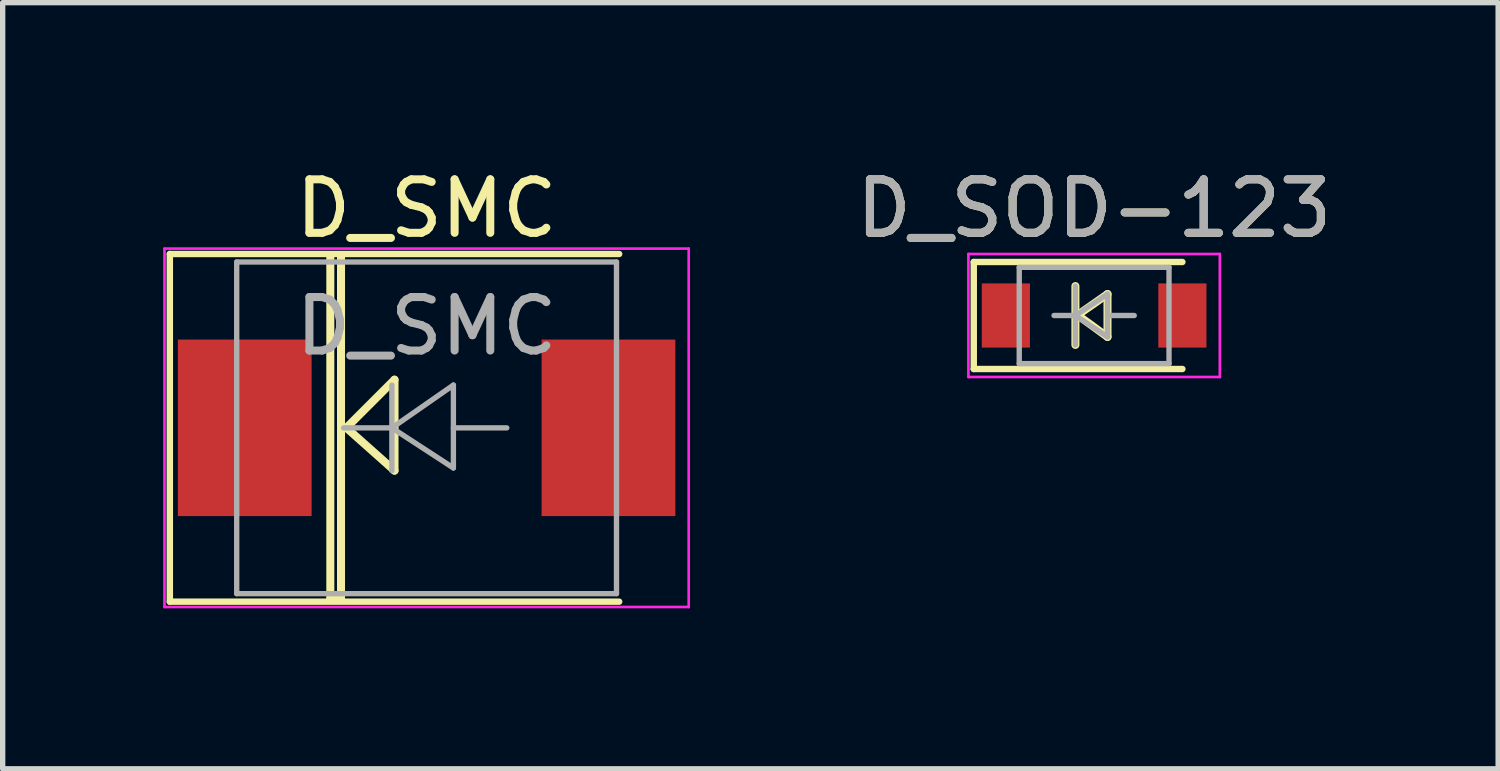
<source format=kicad_pcb>
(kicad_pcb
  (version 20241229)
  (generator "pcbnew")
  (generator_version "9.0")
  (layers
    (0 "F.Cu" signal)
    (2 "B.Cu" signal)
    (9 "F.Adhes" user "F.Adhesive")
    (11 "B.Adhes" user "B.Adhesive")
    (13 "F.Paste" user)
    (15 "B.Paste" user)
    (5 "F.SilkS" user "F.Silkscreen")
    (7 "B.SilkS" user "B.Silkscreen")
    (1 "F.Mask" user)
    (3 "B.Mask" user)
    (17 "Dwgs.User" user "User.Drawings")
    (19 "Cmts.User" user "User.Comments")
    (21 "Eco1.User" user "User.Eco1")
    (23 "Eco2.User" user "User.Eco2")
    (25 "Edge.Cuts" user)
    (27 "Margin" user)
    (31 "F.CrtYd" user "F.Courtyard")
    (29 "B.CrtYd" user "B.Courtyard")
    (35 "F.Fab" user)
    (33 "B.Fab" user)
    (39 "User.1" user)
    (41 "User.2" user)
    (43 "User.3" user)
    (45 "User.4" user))
  (footprint "D_SMC"
    (layer "F.Cu")
    (at 4.925 4.948)
    (property "Reference" "D_SMC" (at 0 -4.1 0) (layer "F.SilkS") (effects (font (size 1 1) (thickness 0.15))))
    (attr smd)
    (fp_line (start -4.8 -3.25) (end 3.6 -3.25) (stroke (width 0.12) (type solid)) (layer "F.SilkS"))
    (fp_line (start -4.8 3.25) (end -4.8 -3.25) (stroke (width 0.12) (type solid)) (layer "F.SilkS"))
    (fp_line (start -4.8 3.25) (end 3.6 3.25) (stroke (width 0.12) (type solid)) (layer "F.SilkS"))
    (fp_line (start -1.8 -3.2) (end -1.8 3.2) (stroke (width 0.15) (type solid)) (layer "F.SilkS"))
    (fp_line (start -1.8 3.2) (end -1.6 3.2) (stroke (width 0.15) (type solid)) (layer "F.SilkS"))
    (fp_line (start -1.6 3.2) (end -1.6 -3.2) (stroke (width 0.15) (type solid)) (layer "F.SilkS"))
    (fp_line (start -1.5 0) (end -0.6 -0.9) (stroke (width 0.15) (type solid)) (layer "F.SilkS"))
    (fp_line (start -0.6 -0.9) (end -0.6 0.8) (stroke (width 0.15) (type solid)) (layer "F.SilkS"))
    (fp_line (start -0.6 0.8) (end -1.5 0) (stroke (width 0.15) (type solid)) (layer "F.SilkS"))
    (fp_line (start -4.9 -3.35) (end 4.9 -3.35) (stroke (width 0.05) (type solid)) (layer "F.CrtYd"))
    (fp_line (start -4.9 3.35) (end -4.9 -3.35) (stroke (width 0.05) (type solid)) (layer "F.CrtYd"))
    (fp_line (start 4.9 -3.35) (end 4.9 3.35) (stroke (width 0.05) (type solid)) (layer "F.CrtYd"))
    (fp_line (start 4.9 3.35) (end -4.9 3.35) (stroke (width 0.05) (type solid)) (layer "F.CrtYd"))
    (fp_line (start -3.55 3.1) (end -3.55 -3.1) (stroke (width 0.1) (type solid)) (layer "F.Fab"))
    (fp_line (start -0.649 -0.799) (end -0.649 0.801) (stroke (width 0.1) (type solid)) (layer "F.Fab"))
    (fp_line (start -0.649 0.001) (end -1.551 0.001) (stroke (width 0.1) (type solid)) (layer "F.Fab"))
    (fp_line (start -0.649 0.001) (end 0.501 -0.799) (stroke (width 0.1) (type solid)) (layer "F.Fab"))
    (fp_line (start -0.649 0.001) (end 0.501 0.75) (stroke (width 0.1) (type solid)) (layer "F.Fab"))
    (fp_line (start 0.501 0.001) (end 1.499 0.001) (stroke (width 0.1) (type solid)) (layer "F.Fab"))
    (fp_line (start 0.501 0.75) (end 0.501 -0.799) (stroke (width 0.1) (type solid)) (layer "F.Fab"))
    (fp_line (start 3.55 -3.1) (end -3.55 -3.1) (stroke (width 0.1) (type solid)) (layer "F.Fab"))
    (fp_line (start 3.55 -3.1) (end 3.55 3.1) (stroke (width 0.1) (type solid)) (layer "F.Fab"))
    (fp_line (start 3.55 3.1) (end -3.55 3.1) (stroke (width 0.1) (type solid)) (layer "F.Fab"))
    (fp_text user "${REFERENCE}" (at 0 -1.9 0) (layer "F.Fab") (effects (font (size 1 1) (thickness 0.15))))
    (pad "1" smd rect (at -3.4 0 90) (size 3.3 2.5) (layers "F.Cu" "F.Mask" "F.Paste"))
    (pad "2" smd rect (at 3.4 0 90) (size 3.3 2.5) (layers "F.Cu" "F.Mask" "F.Paste")))
  (footprint "D_SOD-123"
    (layer "F.Cu")
    (at 17.404 2.848)
    (property "Reference" "D_SOD-123" (at 0 -2 0) (layer "F.SilkS") (effects (font (size 1 1) (thickness 0.15))))
    (attr smd)
    (fp_line (start -2.25 -1) (end -2.25 1) (stroke (width 0.12) (type solid)) (layer "F.SilkS"))
    (fp_line (start -2.25 -1) (end 1.65 -1) (stroke (width 0.12) (type solid)) (layer "F.SilkS"))
    (fp_line (start -2.25 1) (end 1.65 1) (stroke (width 0.12) (type solid)) (layer "F.SilkS"))
    (fp_line (start -0.35 -0.55) (end -0.35 0.55) (stroke (width 0.15) (type solid)) (layer "F.SilkS"))
    (fp_line (start -0.25 -0.05) (end 0.25 -0.4) (stroke (width 0.15) (type solid)) (layer "F.SilkS"))
    (fp_line (start 0.25 -0.4) (end 0.25 0.4) (stroke (width 0.15) (type solid)) (layer "F.SilkS"))
    (fp_line (start 0.25 0.4) (end -0.3 0) (stroke (width 0.15) (type solid)) (layer "F.SilkS"))
    (fp_line (start -2.35 -1.15) (end -2.35 1.15) (stroke (width 0.05) (type solid)) (layer "F.CrtYd"))
    (fp_line (start -2.35 -1.15) (end 2.35 -1.15) (stroke (width 0.05) (type solid)) (layer "F.CrtYd"))
    (fp_line (start 2.35 -1.15) (end 2.35 1.15) (stroke (width 0.05) (type solid)) (layer "F.CrtYd"))
    (fp_line (start 2.35 1.15) (end -2.35 1.15) (stroke (width 0.05) (type solid)) (layer "F.CrtYd"))
    (fp_line (start -1.4 -0.9) (end 1.4 -0.9) (stroke (width 0.1) (type solid)) (layer "F.Fab"))
    (fp_line (start -1.4 0.9) (end -1.4 -0.9) (stroke (width 0.1) (type solid)) (layer "F.Fab"))
    (fp_line (start -0.75 0) (end -0.35 0) (stroke (width 0.1) (type solid)) (layer "F.Fab"))
    (fp_line (start -0.35 0) (end -0.35 -0.55) (stroke (width 0.1) (type solid)) (layer "F.Fab"))
    (fp_line (start -0.35 0) (end -0.35 0.55) (stroke (width 0.1) (type solid)) (layer "F.Fab"))
    (fp_line (start -0.35 0) (end 0.25 -0.4) (stroke (width 0.1) (type solid)) (layer "F.Fab"))
    (fp_line (start 0.25 -0.4) (end 0.25 0.4) (stroke (width 0.1) (type solid)) (layer "F.Fab"))
    (fp_line (start 0.25 0) (end 0.75 0) (stroke (width 0.1) (type solid)) (layer "F.Fab"))
    (fp_line (start 0.25 0.4) (end -0.35 0) (stroke (width 0.1) (type solid)) (layer "F.Fab"))
    (fp_line (start 1.4 -0.9) (end 1.4 0.9) (stroke (width 0.1) (type solid)) (layer "F.Fab"))
    (fp_line (start 1.4 0.9) (end -1.4 0.9) (stroke (width 0.1) (type solid)) (layer "F.Fab"))
    (fp_text user "${REFERENCE}" (at 0 -2 0) (layer "F.Fab") (effects (font (size 1 1) (thickness 0.15))))
    (pad "1" smd rect (at -1.65 0) (size 0.9 1.2) (layers "F.Cu" "F.Mask" "F.Paste"))
    (pad "2" smd rect (at 1.65 0) (size 0.9 1.2) (layers "F.Cu" "F.Mask" "F.Paste")))
  (gr_rect
    (start -3 -3)
    (end 24.957 11.323)
    (stroke (width 0.1) (type default))
    (fill no)
    (layer "Edge.Cuts")))
</source>
